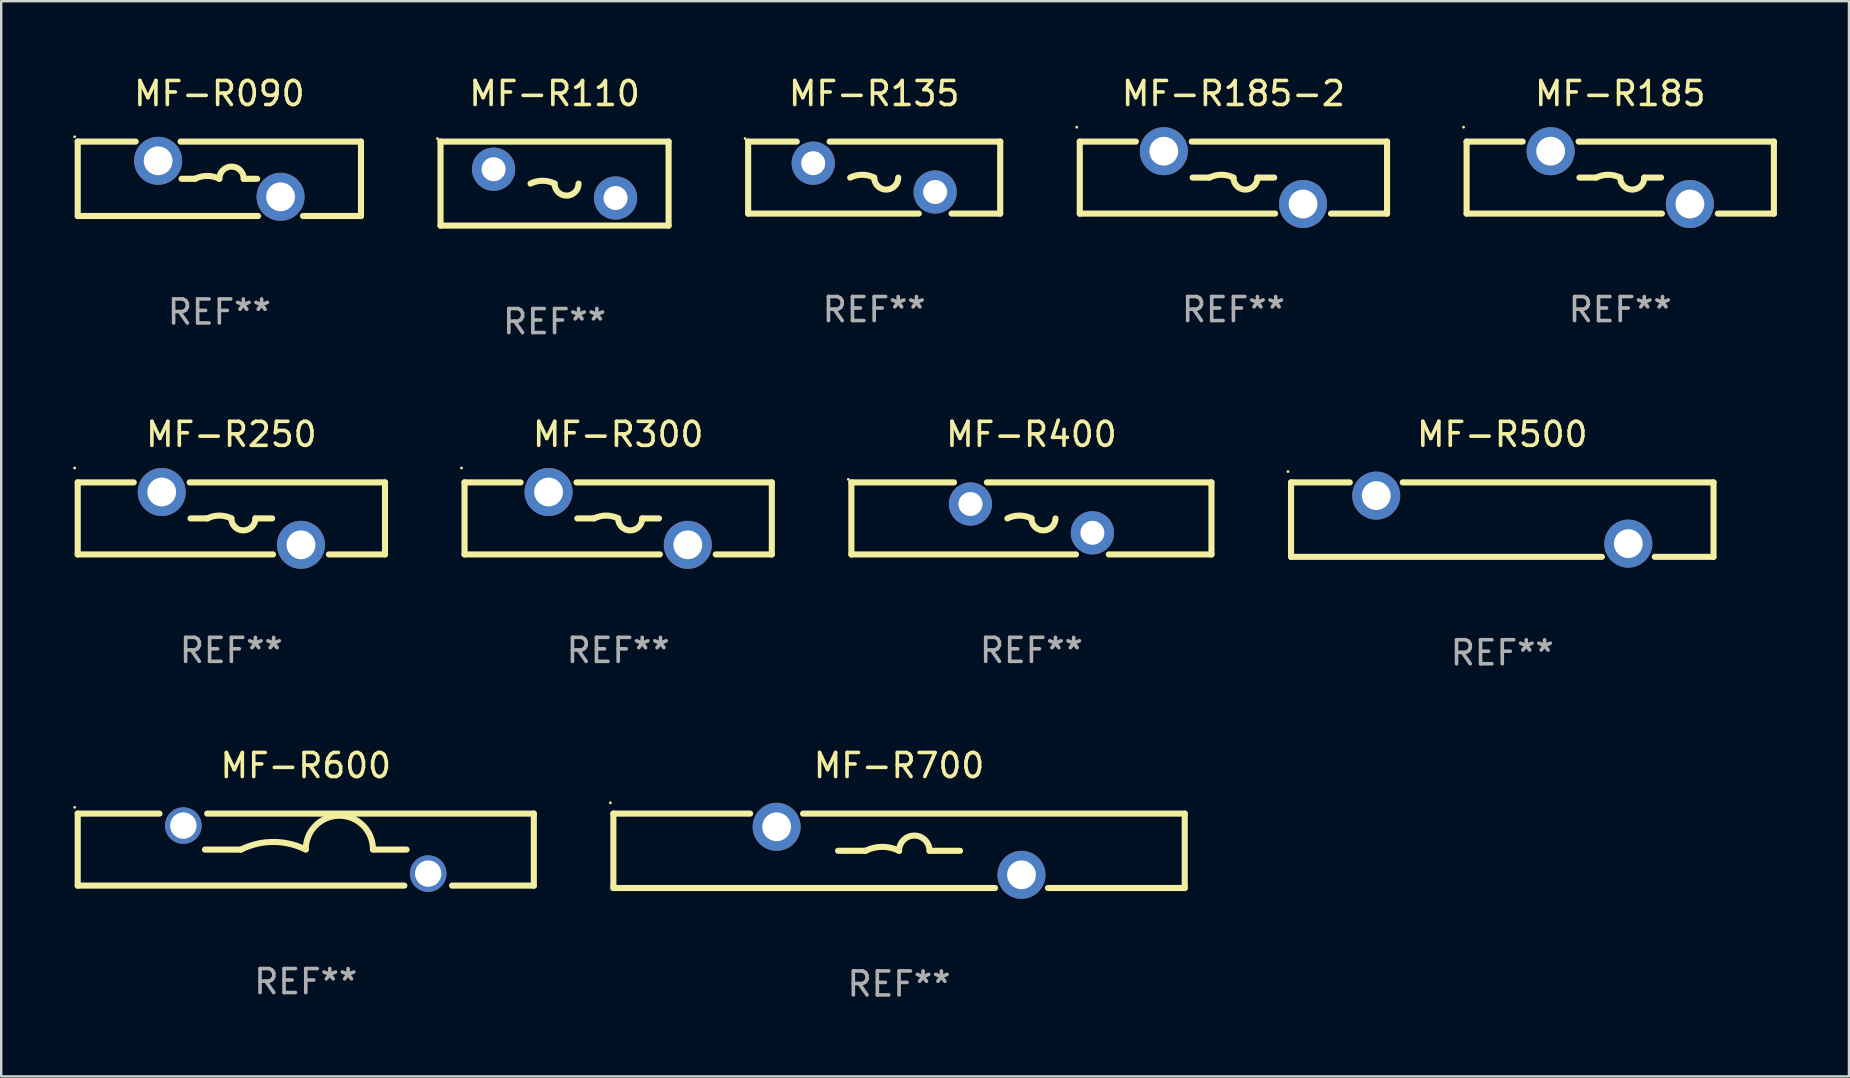
<source format=kicad_pcb>
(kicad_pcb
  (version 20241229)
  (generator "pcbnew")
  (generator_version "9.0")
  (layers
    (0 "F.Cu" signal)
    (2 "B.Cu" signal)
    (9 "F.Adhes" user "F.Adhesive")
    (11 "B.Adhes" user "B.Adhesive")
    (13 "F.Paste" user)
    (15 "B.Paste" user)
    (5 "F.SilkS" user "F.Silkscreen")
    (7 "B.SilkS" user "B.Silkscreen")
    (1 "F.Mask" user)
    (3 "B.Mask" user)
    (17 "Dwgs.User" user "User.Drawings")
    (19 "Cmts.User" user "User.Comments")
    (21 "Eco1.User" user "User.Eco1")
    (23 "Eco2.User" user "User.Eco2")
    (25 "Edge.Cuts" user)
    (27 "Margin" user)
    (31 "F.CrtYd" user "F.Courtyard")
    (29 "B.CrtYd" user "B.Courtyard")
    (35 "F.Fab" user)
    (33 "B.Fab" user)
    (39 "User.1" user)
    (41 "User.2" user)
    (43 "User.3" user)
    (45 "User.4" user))
  (footprint "MF-R185-2"
    (layer "F.Cu")
    (at 48.329 4.348)
    (property "Reference" "MF-R185-2" (at 0 -3.5 0) (layer "F.SilkS") (effects (font (size 1 1) (thickness 0.15))))
    (attr through_hole)
    (fp_line (start -6.4 -1.5) (end -6.4 1.5) (stroke (width 0.254) (type solid)) (layer "F.SilkS"))
    (fp_line (start -6.4 -1.5) (end -4.064 -1.5) (stroke (width 0.254) (type solid)) (layer "F.SilkS"))
    (fp_line (start -1.736 -1.5) (end 6.4 -1.5) (stroke (width 0.254) (type solid)) (layer "F.SilkS"))
    (fp_line (start -1 -0.000127) (end -1.7 -0.000127) (stroke (width 0.254) (type solid)) (layer "F.SilkS"))
    (fp_line (start 1 -0.000127) (end 1.7 -0.000127) (stroke (width 0.254) (type solid)) (layer "F.SilkS"))
    (fp_line (start 1.736 1.5) (end -6.4 1.5) (stroke (width 0.254) (type solid)) (layer "F.SilkS"))
    (fp_line (start 6.4 -1.5) (end 6.4 1.5) (stroke (width 0.254) (type solid)) (layer "F.SilkS"))
    (fp_line (start 6.4 1.5) (end 4.064 1.5) (stroke (width 0.254) (type solid)) (layer "F.SilkS"))
    (fp_arc (start -1 -0.000127) (mid -0.5 -0.118148) (end 0 -0.000127) (stroke (width 0.254001) (type solid)) (layer "F.SilkS"))
    (fp_arc (start 1.000762 -0.000127) (mid 0.500381 0.5) (end 0 -0.000127) (stroke (width 0.254001) (type solid)) (layer "F.SilkS"))
    (fp_circle (center -6.527 -2.1) (end -6.497 -2.1) (stroke (width 0.06) (type solid)) (fill no) (layer "F.SilkS"))
    (fp_text user "REF**" (at 0 5.5 0) (layer "F.Fab") (effects (font (size 1 1) (thickness 0.15))))
    (pad "1" thru_hole circle (at -2.9 -1.1) (size 2 2) (drill 1.2) (layers "*.Cu" "*.Mask"))
    (pad "2" thru_hole circle (at 2.9 1.1) (size 2 2) (drill 1.2) (layers "*.Cu" "*.Mask")))
  (footprint "MF-R185"
    (layer "F.Cu")
    (at 64.443 4.348)
    (property "Reference" "MF-R185" (at 0 -3.5 0) (layer "F.SilkS") (effects (font (size 1 1) (thickness 0.15))))
    (attr through_hole)
    (fp_line (start -6.4 -1.5) (end -6.4 1.5) (stroke (width 0.254) (type solid)) (layer "F.SilkS"))
    (fp_line (start -6.4 -1.5) (end -4.064 -1.5) (stroke (width 0.254) (type solid)) (layer "F.SilkS"))
    (fp_line (start -1.736 -1.5) (end 6.4 -1.5) (stroke (width 0.254) (type solid)) (layer "F.SilkS"))
    (fp_line (start -1 -0.000127) (end -1.7 -0.000127) (stroke (width 0.254) (type solid)) (layer "F.SilkS"))
    (fp_line (start 1 -0.000127) (end 1.7 -0.000127) (stroke (width 0.254) (type solid)) (layer "F.SilkS"))
    (fp_line (start 1.736 1.5) (end -6.4 1.5) (stroke (width 0.254) (type solid)) (layer "F.SilkS"))
    (fp_line (start 6.4 -1.5) (end 6.4 1.5) (stroke (width 0.254) (type solid)) (layer "F.SilkS"))
    (fp_line (start 6.4 1.5) (end 4.064 1.5) (stroke (width 0.254) (type solid)) (layer "F.SilkS"))
    (fp_arc (start -1 -0.000127) (mid -0.5 -0.118148) (end 0 -0.000127) (stroke (width 0.254001) (type solid)) (layer "F.SilkS"))
    (fp_arc (start 1.000762 -0.000127) (mid 0.500381 0.5) (end 0 -0.000127) (stroke (width 0.254001) (type solid)) (layer "F.SilkS"))
    (fp_circle (center -6.527 -2.1) (end -6.497 -2.1) (stroke (width 0.06) (type solid)) (fill no) (layer "F.SilkS"))
    (fp_text user "REF**" (at 0 5.5 0) (layer "F.Fab") (effects (font (size 1 1) (thickness 0.15))))
    (pad "1" thru_hole circle (at -2.9 -1.1) (size 2 2) (drill 1.2) (layers "*.Cu" "*.Mask"))
    (pad "2" thru_hole circle (at 2.9 1.1) (size 2 2) (drill 1.2) (layers "*.Cu" "*.Mask")))
  (footprint "MF-R500"
    (layer "F.Cu")
    (at 59.529 18.595)
    (property "Reference" "MF-R500" (at 0 -3.55 0) (layer "F.SilkS") (effects (font (size 1 1) (thickness 0.15))))
    (attr through_hole)
    (fp_line (start -8.8 -1.55) (end -6.351 -1.55) (stroke (width 0.254) (type solid)) (layer "F.SilkS"))
    (fp_line (start -8.8 1.55) (end -8.8 -1.55) (stroke (width 0.254) (type solid)) (layer "F.SilkS"))
    (fp_line (start -8.8 1.55) (end 4.149 1.55) (stroke (width 0.254) (type solid)) (layer "F.SilkS"))
    (fp_line (start -4.149 -1.55) (end 8.8 -1.55) (stroke (width 0.254) (type solid)) (layer "F.SilkS"))
    (fp_line (start 6.351 1.55) (end 8.8 1.55) (stroke (width 0.254) (type solid)) (layer "F.SilkS"))
    (fp_line (start 8.8 -1.55) (end 8.8 1.55) (stroke (width 0.254) (type solid)) (layer "F.SilkS"))
    (fp_circle (center -8.927 -2) (end -8.897 -2) (stroke (width 0.06) (type solid)) (fill no) (layer "F.SilkS"))
    (fp_text user "REF**" (at 0 5.55 0) (layer "F.Fab") (effects (font (size 1 1) (thickness 0.15))))
    (pad "1" thru_hole circle (at -5.25 -1) (size 2 2) (drill 1.2) (layers "*.Cu" "*.Mask"))
    (pad "2" thru_hole circle (at 5.25 1) (size 2 2) (drill 1.2) (layers "*.Cu" "*.Mask")))
  (footprint "MF-R700"
    (layer "F.Cu")
    (at 34.401 32.391)
    (property "Reference" "MF-R700" (at 0 -3.55 0) (layer "F.SilkS") (effects (font (size 1 1) (thickness 0.15))))
    (attr through_hole)
    (fp_line (start -11.9 -1.55) (end -6.201 -1.55) (stroke (width 0.254) (type solid)) (layer "F.SilkS"))
    (fp_line (start -11.9 1.55) (end -11.9 -1.55) (stroke (width 0.254) (type solid)) (layer "F.SilkS"))
    (fp_line (start -11.9 1.55) (end 3.999 1.55) (stroke (width 0.254) (type solid)) (layer "F.SilkS"))
    (fp_line (start -3.999 -1.55) (end 11.9 -1.55) (stroke (width 0.254) (type solid)) (layer "F.SilkS"))
    (fp_line (start -2.54 0) (end -1.397 0) (stroke (width 0.254) (type solid)) (layer "F.SilkS"))
    (fp_line (start 2.54 0) (end 1.27 0) (stroke (width 0.254) (type solid)) (layer "F.SilkS"))
    (fp_line (start 6.201 1.55) (end 11.9 1.55) (stroke (width 0.254) (type solid)) (layer "F.SilkS"))
    (fp_line (start 11.9 -1.55) (end 11.9 1.55) (stroke (width 0.254) (type solid)) (layer "F.SilkS"))
    (fp_arc (start -1.397003 0) (mid -0.698501 -0.164894) (end 0 0) (stroke (width 0.254001) (type solid)) (layer "F.SilkS"))
    (fp_arc (start -0.000001 0) (mid 0.635001 -0.635002) (end 1.270003 0) (stroke (width 0.254001) (type solid)) (layer "F.SilkS"))
    (fp_circle (center -12.027 -2) (end -11.997 -2) (stroke (width 0.06) (type solid)) (fill no) (layer "F.SilkS"))
    (fp_text user "REF**" (at 0 5.55 0) (layer "F.Fab") (effects (font (size 1 1) (thickness 0.15))))
    (pad "1" thru_hole circle (at -5.1 -1) (size 2 2) (drill 1.2) (layers "*.Cu" "*.Mask"))
    (pad "2" thru_hole circle (at 5.1 1) (size 2 2) (drill 1.2) (layers "*.Cu" "*.Mask")))
  (footprint "MF-R090"
    (layer "F.Cu")
    (at 6.087 4.398)
    (property "Reference" "MF-R090" (at 0 -3.55 0) (layer "F.SilkS") (effects (font (size 1 1) (thickness 0.15))))
    (attr through_hole)
    (fp_line (start -5.9 -1.55) (end -3.485 -1.55) (stroke (width 0.254) (type solid)) (layer "F.SilkS"))
    (fp_line (start -5.9 1.55) (end -5.9 -1.55) (stroke (width 0.254) (type solid)) (layer "F.SilkS"))
    (fp_line (start -5.9 1.55) (end 1.615 1.55) (stroke (width 0.254) (type solid)) (layer "F.SilkS"))
    (fp_line (start -1.615 -1.55) (end 5.9 -1.55) (stroke (width 0.254) (type solid)) (layer "F.SilkS"))
    (fp_line (start -1.574 0) (end -1.016 0) (stroke (width 0.254) (type solid)) (layer "F.SilkS"))
    (fp_line (start 1.574 0) (end 1.016 0) (stroke (width 0.254) (type solid)) (layer "F.SilkS"))
    (fp_line (start 3.485 1.55) (end 5.9 1.55) (stroke (width 0.254) (type solid)) (layer "F.SilkS"))
    (fp_line (start 5.9 -1.55) (end 5.9 1.55) (stroke (width 0.254) (type solid)) (layer "F.SilkS"))
    (fp_arc (start -1.016002 0) (mid -0.508001 -0.119923) (end 0 0) (stroke (width 0.254001) (type solid)) (layer "F.SilkS"))
    (fp_arc (start 0 0) (mid 0.508001 -0.508001) (end 1.016002 0) (stroke (width 0.254001) (type solid)) (layer "F.SilkS"))
    (fp_circle (center -6.027 -1.75) (end -5.997 -1.75) (stroke (width 0.06) (type solid)) (fill no) (layer "F.SilkS"))
    (fp_text user "REF**" (at 0 5.55 0) (layer "F.Fab") (effects (font (size 1 1) (thickness 0.15))))
    (pad "1" thru_hole circle (at -2.55 -0.75) (size 2 2) (drill 1.2) (layers "*.Cu" "*.Mask"))
    (pad "2" thru_hole circle (at 2.55 0.75) (size 2 2) (drill 1.2) (layers "*.Cu" "*.Mask")))
  (footprint "MF-R135"
    (layer "F.Cu")
    (at 33.365 4.348)
    (property "Reference" "MF-R135" (at 0 -3.5 0) (layer "F.SilkS") (effects (font (size 1 1) (thickness 0.15))))
    (attr through_hole)
    (fp_line (start -5.25 -1.5) (end -3.224 -1.5) (stroke (width 0.254) (type solid)) (layer "F.SilkS"))
    (fp_line (start -5.25 1.5) (end -5.25 -1.5) (stroke (width 0.254) (type solid)) (layer "F.SilkS"))
    (fp_line (start -1.856 -1.5) (end 5.25 -1.5) (stroke (width 0.254) (type solid)) (layer "F.SilkS"))
    (fp_line (start 1.857 1.5) (end -5.25 1.5) (stroke (width 0.254) (type solid)) (layer "F.SilkS"))
    (fp_line (start 5.25 -1.5) (end 5.25 1.5) (stroke (width 0.254) (type solid)) (layer "F.SilkS"))
    (fp_line (start 5.25 1.5) (end 3.223 1.5) (stroke (width 0.254) (type solid)) (layer "F.SilkS"))
    (fp_arc (start -1 -0.000127) (mid -0.5 -0.118148) (end 0 -0.000127) (stroke (width 0.254001) (type solid)) (layer "F.SilkS"))
    (fp_arc (start 1.000762 -0.000127) (mid 0.500381 0.5) (end 0 -0.000127) (stroke (width 0.254001) (type solid)) (layer "F.SilkS"))
    (fp_circle (center -5.377 -1.627) (end -5.347 -1.627) (stroke (width 0.06) (type solid)) (fill no) (layer "F.SilkS"))
    (fp_text user "REF**" (at 0 5.5 0) (layer "F.Fab") (effects (font (size 1 1) (thickness 0.15))))
    (pad "1" thru_hole circle (at -2.54 -0.6) (size 1.8 1.8) (drill 1) (layers "*.Cu" "*.Mask"))
    (pad "2" thru_hole circle (at 2.54 0.6) (size 1.8 1.8) (drill 1) (layers "*.Cu" "*.Mask")))
  (footprint "MF-R110"
    (layer "F.Cu")
    (at 20.051 4.598)
    (property "Reference" "MF-R110" (at 0 -3.75 0) (layer "F.SilkS") (effects (font (size 1 1) (thickness 0.15))))
    (attr through_hole)
    (fp_line (start -4.75 -1.75) (end -4.75 1.75) (stroke (width 0.254) (type solid)) (layer "F.SilkS"))
    (fp_line (start -4.75 -1.75) (end 4.75 -1.75) (stroke (width 0.254) (type solid)) (layer "F.SilkS"))
    (fp_line (start 4.75 -1.75) (end 4.75 1.75) (stroke (width 0.254) (type solid)) (layer "F.SilkS"))
    (fp_line (start 4.75 1.75) (end -4.75 1.75) (stroke (width 0.254) (type solid)) (layer "F.SilkS"))
    (fp_arc (start -1 -0.000013) (mid -0.5 -0.118034) (end 0 -0.000013) (stroke (width 0.254001) (type solid)) (layer "F.SilkS"))
    (fp_arc (start 1.000762 -0.000013) (mid 0.500381 0.500114) (end 0 -0.000013) (stroke (width 0.254001) (type solid)) (layer "F.SilkS"))
    (fp_circle (center -4.877 -1.877) (end -4.847 -1.877) (stroke (width 0.06) (type solid)) (fill no) (layer "F.SilkS"))
    (fp_text user "REF**" (at 0 5.75 0) (layer "F.Fab") (effects (font (size 1 1) (thickness 0.15))))
    (pad "1" thru_hole circle (at -2.54 -0.6) (size 1.8 1.8) (drill 1) (layers "*.Cu" "*.Mask"))
    (pad "2" thru_hole circle (at 2.54 0.6) (size 1.8 1.8) (drill 1) (layers "*.Cu" "*.Mask")))
  (footprint "MF-R600"
    (layer "F.Cu")
    (at 9.687 32.341)
    (property "Reference" "MF-R600" (at 0 -3.5 0) (layer "F.SilkS") (effects (font (size 1 1) (thickness 0.15))))
    (attr through_hole)
    (fp_line (start -9.5 -1.5) (end -9.5 1.5) (stroke (width 0.254) (type solid)) (layer "F.SilkS"))
    (fp_line (start -9.5 -1.5) (end -6.093 -1.5) (stroke (width 0.254) (type solid)) (layer "F.SilkS"))
    (fp_line (start -4.107 -1.5) (end 9.5 -1.5) (stroke (width 0.254) (type solid)) (layer "F.SilkS"))
    (fp_line (start -2.7 -0.000127) (end -4.2 -0.000127) (stroke (width 0.254) (type solid)) (layer "F.SilkS"))
    (fp_line (start 2.8 -0.000127) (end 4.2 -0.000127) (stroke (width 0.254) (type solid)) (layer "F.SilkS"))
    (fp_line (start 4.107 1.5) (end -9.5 1.5) (stroke (width 0.254) (type solid)) (layer "F.SilkS"))
    (fp_line (start 9.5 1.5) (end 6.093 1.5) (stroke (width 0.254) (type solid)) (layer "F.SilkS"))
    (fp_line (start 9.5 1.5) (end 9.5 -1.5) (stroke (width 0.254) (type solid)) (layer "F.SilkS"))
    (fp_arc (start -2.700025 -0.000127) (mid -1.350013 -0.318821) (end 0 -0.000127) (stroke (width 0.254001) (type solid)) (layer "F.SilkS"))
    (fp_arc (start 0 -0.012827) (mid 1.399543 -1.411862) (end 2.799086 -0.012827) (stroke (width 0.254001) (type solid)) (layer "F.SilkS"))
    (fp_circle (center -9.627 -1.762) (end -9.597 -1.762) (stroke (width 0.06) (type solid)) (fill no) (layer "F.SilkS"))
    (fp_text user "REF**" (at 0 5.5 0) (layer "F.Fab") (effects (font (size 1 1) (thickness 0.15))))
    (pad "1" thru_hole circle (at -5.1 -1) (size 1.524 1.524) (drill 1.1) (layers "*.Cu" "*.Mask"))
    (pad "2" thru_hole circle (at 5.1 1) (size 1.524 1.524) (drill 1.1) (layers "*.Cu" "*.Mask")))
  (footprint "MF-R400"
    (layer "F.Cu")
    (at 39.915 18.545)
    (property "Reference" "MF-R400" (at 0 -3.5 0) (layer "F.SilkS") (effects (font (size 1 1) (thickness 0.15))))
    (attr through_hole)
    (fp_line (start -7.5 -1.5) (end -3.224 -1.5) (stroke (width 0.254) (type solid)) (layer "F.SilkS"))
    (fp_line (start -7.5 1.5) (end -7.5 -1.5) (stroke (width 0.254) (type solid)) (layer "F.SilkS"))
    (fp_line (start -1.856 -1.5) (end 7.5 -1.5) (stroke (width 0.254) (type solid)) (layer "F.SilkS"))
    (fp_line (start 1.857 1.5) (end -7.5 1.5) (stroke (width 0.254) (type solid)) (layer "F.SilkS"))
    (fp_line (start 7.5 -1.5) (end 7.5 1.5) (stroke (width 0.254) (type solid)) (layer "F.SilkS"))
    (fp_line (start 7.5 1.5) (end 3.223 1.5) (stroke (width 0.254) (type solid)) (layer "F.SilkS"))
    (fp_arc (start -1 -0.000127) (mid -0.5 -0.118148) (end 0 -0.000127) (stroke (width 0.254001) (type solid)) (layer "F.SilkS"))
    (fp_arc (start 1.000762 -0.000127) (mid 0.500381 0.5) (end 0 -0.000127) (stroke (width 0.254001) (type solid)) (layer "F.SilkS"))
    (fp_circle (center -7.627 -1.627) (end -7.597 -1.627) (stroke (width 0.06) (type solid)) (fill no) (layer "F.SilkS"))
    (fp_text user "REF**" (at 0 5.5 0) (layer "F.Fab") (effects (font (size 1 1) (thickness 0.15))))
    (pad "1" thru_hole circle (at -2.54 -0.6) (size 1.8 1.8) (drill 1) (layers "*.Cu" "*.Mask"))
    (pad "2" thru_hole circle (at 2.54 0.6) (size 1.8 1.8) (drill 1) (layers "*.Cu" "*.Mask")))
  (footprint "MF-R250"
    (layer "F.Cu")
    (at 6.587 18.545)
    (property "Reference" "MF-R250" (at 0 -3.5 0) (layer "F.SilkS") (effects (font (size 1 1) (thickness 0.15))))
    (attr through_hole)
    (fp_line (start -6.4 -1.5) (end -6.4 1.5) (stroke (width 0.254) (type solid)) (layer "F.SilkS"))
    (fp_line (start -6.4 -1.5) (end -4.064 -1.5) (stroke (width 0.254) (type solid)) (layer "F.SilkS"))
    (fp_line (start -1.736 -1.5) (end 6.4 -1.5) (stroke (width 0.254) (type solid)) (layer "F.SilkS"))
    (fp_line (start -1 -0.000127) (end -1.7 -0.000127) (stroke (width 0.254) (type solid)) (layer "F.SilkS"))
    (fp_line (start 1 -0.000127) (end 1.7 -0.000127) (stroke (width 0.254) (type solid)) (layer "F.SilkS"))
    (fp_line (start 1.736 1.5) (end -6.4 1.5) (stroke (width 0.254) (type solid)) (layer "F.SilkS"))
    (fp_line (start 6.4 -1.5) (end 6.4 1.5) (stroke (width 0.254) (type solid)) (layer "F.SilkS"))
    (fp_line (start 6.4 1.5) (end 4.064 1.5) (stroke (width 0.254) (type solid)) (layer "F.SilkS"))
    (fp_arc (start -1 -0.000127) (mid -0.5 -0.118148) (end 0 -0.000127) (stroke (width 0.254001) (type solid)) (layer "F.SilkS"))
    (fp_arc (start 1.000762 -0.000127) (mid 0.500381 0.5) (end 0 -0.000127) (stroke (width 0.254001) (type solid)) (layer "F.SilkS"))
    (fp_circle (center -6.527 -2.1) (end -6.497 -2.1) (stroke (width 0.06) (type solid)) (fill no) (layer "F.SilkS"))
    (fp_text user "REF**" (at 0 5.5 0) (layer "F.Fab") (effects (font (size 1 1) (thickness 0.15))))
    (pad "1" thru_hole circle (at -2.9 -1.1) (size 2 2) (drill 1.2) (layers "*.Cu" "*.Mask"))
    (pad "2" thru_hole circle (at 2.9 1.1) (size 2 2) (drill 1.2) (layers "*.Cu" "*.Mask")))
  (footprint "MF-R300"
    (layer "F.Cu")
    (at 22.701 18.545)
    (property "Reference" "MF-R300" (at 0 -3.5 0) (layer "F.SilkS") (effects (font (size 1 1) (thickness 0.15))))
    (attr through_hole)
    (fp_line (start -6.4 -1.5) (end -6.4 1.5) (stroke (width 0.254) (type solid)) (layer "F.SilkS"))
    (fp_line (start -6.4 -1.5) (end -4.064 -1.5) (stroke (width 0.254) (type solid)) (layer "F.SilkS"))
    (fp_line (start -1.736 -1.5) (end 6.4 -1.5) (stroke (width 0.254) (type solid)) (layer "F.SilkS"))
    (fp_line (start -1 -0.000127) (end -1.7 -0.000127) (stroke (width 0.254) (type solid)) (layer "F.SilkS"))
    (fp_line (start 1 -0.000127) (end 1.7 -0.000127) (stroke (width 0.254) (type solid)) (layer "F.SilkS"))
    (fp_line (start 1.736 1.5) (end -6.4 1.5) (stroke (width 0.254) (type solid)) (layer "F.SilkS"))
    (fp_line (start 6.4 -1.5) (end 6.4 1.5) (stroke (width 0.254) (type solid)) (layer "F.SilkS"))
    (fp_line (start 6.4 1.5) (end 4.064 1.5) (stroke (width 0.254) (type solid)) (layer "F.SilkS"))
    (fp_arc (start -1 -0.000127) (mid -0.5 -0.118148) (end 0 -0.000127) (stroke (width 0.254001) (type solid)) (layer "F.SilkS"))
    (fp_arc (start 1.000762 -0.000127) (mid 0.500381 0.5) (end 0 -0.000127) (stroke (width 0.254001) (type solid)) (layer "F.SilkS"))
    (fp_circle (center -6.527 -2.1) (end -6.497 -2.1) (stroke (width 0.06) (type solid)) (fill no) (layer "F.SilkS"))
    (fp_text user "REF**" (at 0 5.5 0) (layer "F.Fab") (effects (font (size 1 1) (thickness 0.15))))
    (pad "1" thru_hole circle (at -2.9 -1.1) (size 2 2) (drill 1.2) (layers "*.Cu" "*.Mask"))
    (pad "2" thru_hole circle (at 2.9 1.1) (size 2 2) (drill 1.2) (layers "*.Cu" "*.Mask")))
  (gr_rect
    (start -3 -3)
    (end 73.97 41.789)
    (stroke (width 0.1) (type default))
    (fill no)
    (layer "Edge.Cuts")))
</source>
